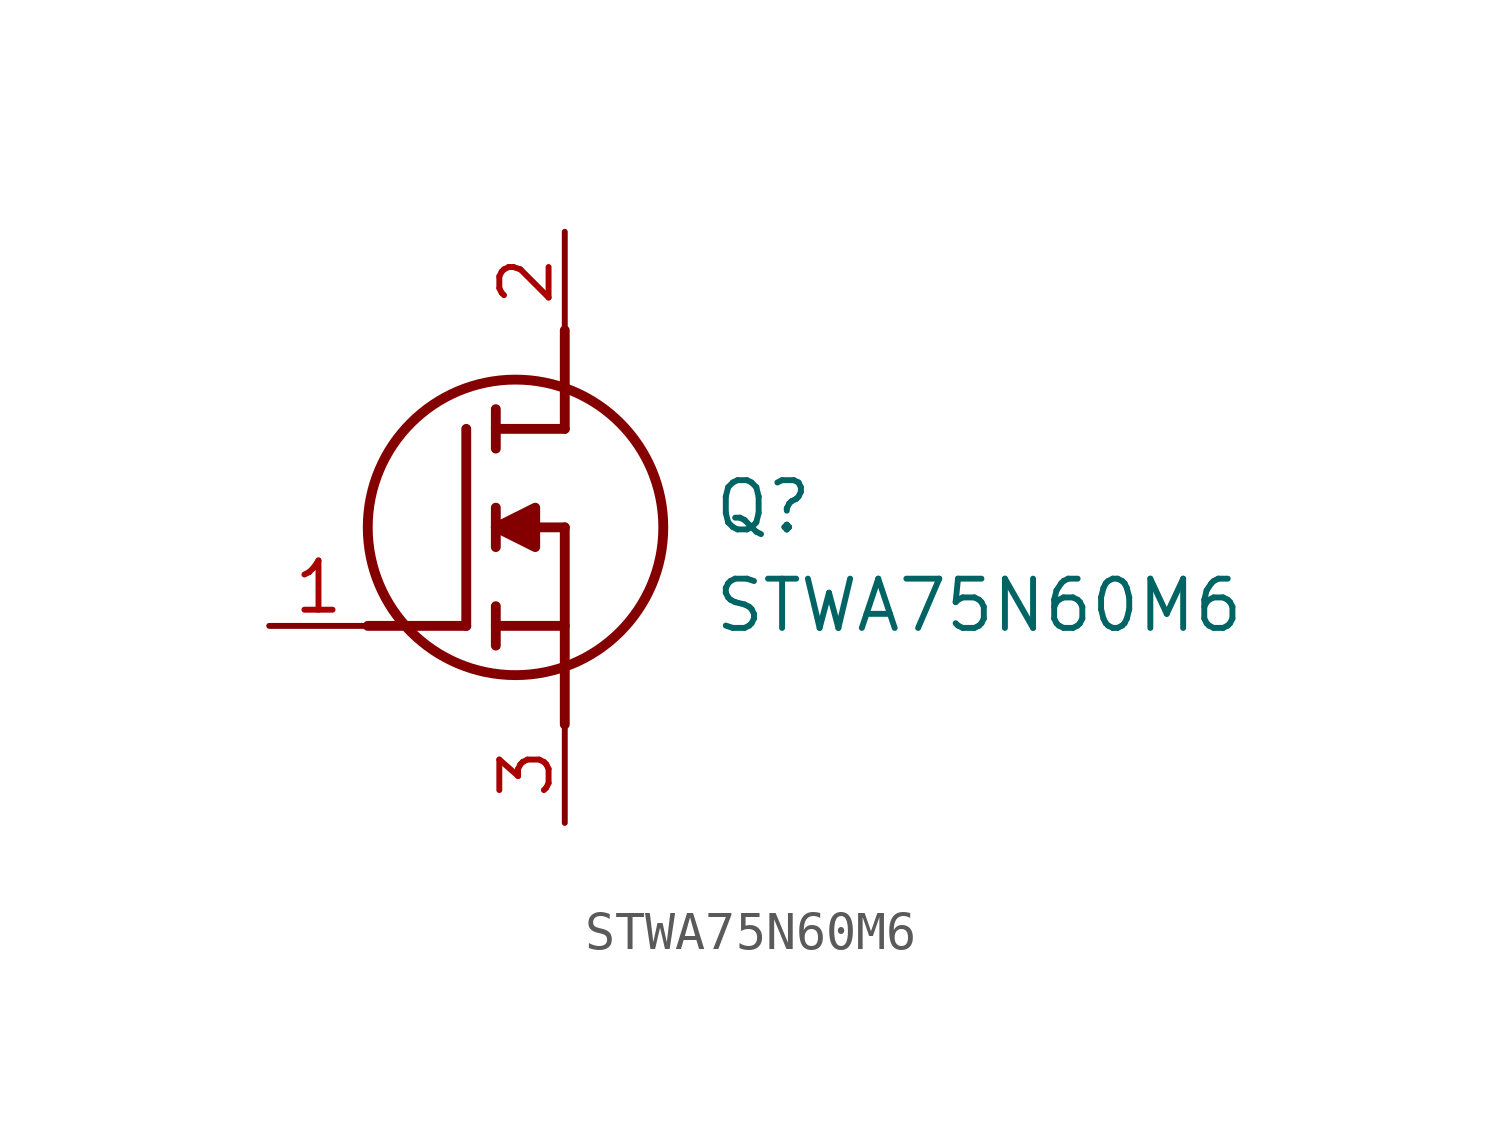
<source format=kicad_sym>
(kicad_symbol_lib
  (version 20211014)
  (generator SamacSys_ECAD_Model)
  (symbol "STWA75N60M6"
    (pin_names hide)
    (property "Reference" "Q"
      (at 11.43 3.81 0)
      (effects (font (size 1.27 1.27)) (justify left top)))
    (property "Value" "STWA75N60M6"
      (at 11.43 1.27 0)
      (effects (font (size 1.27 1.27)) (justify left top)))
    (polyline
      (pts (xy 7.62 2.54) (xy 7.62 -2.54))
      (stroke (width 0.254) (type default))
      (fill (type none)))
    (polyline
      (pts (xy 7.62 5.08) (xy 7.62 7.62))
      (stroke (width 0.254) (type default))
      (fill (type none)))
    (polyline
      (pts (xy 2.54 0) (xy 5.08 0))
      (stroke (width 0.254) (type default))
      (fill (type none)))
    (polyline
      (pts (xy 5.08 5.08) (xy 5.08 0))
      (stroke (width 0.254) (type default))
      (fill (type none)))
    (polyline
      (pts (xy 7.62 2.54) (xy 5.842 2.54))
      (stroke (width 0.254) (type default))
      (fill (type none)))
    (polyline
      (pts (xy 7.62 5.08) (xy 5.842 5.08))
      (stroke (width 0.254) (type default))
      (fill (type none)))
    (polyline
      (pts (xy 5.842 0) (xy 7.62 0))
      (stroke (width 0.254) (type default))
      (fill (type none)))
    (polyline
      (pts (xy 5.842 5.588) (xy 5.842 4.572))
      (stroke (width 0.254) (type default))
      (fill (type none)))
    (polyline
      (pts (xy 5.842 -0.508) (xy 5.842 0.508))
      (stroke (width 0.254) (type default))
      (fill (type none)))
    (polyline
      (pts (xy 5.842 2.032) (xy 5.842 3.048))
      (stroke (width 0.254) (type default))
      (fill (type none)))
    (circle
      (center 6.35 2.54)
      (radius 3.81)
      (stroke (width 0.254) (type default))
      (fill (type none)))
    (polyline
      (pts (xy 5.842 2.54) (xy 6.858 3.048) (xy 6.858 2.032) (xy 5.842 2.54))
      (stroke (width 0.254) (type default))
      (fill (type outline)))
    (pin passive line
      (at 0 0 0)
      (length 2.54)
      (name "G" (effects (font (size 1.27 1.27))))
      (number "1" (effects (font (size 1.27 1.27)))))
    (pin passive line
      (at 7.62 10.16 270)
      (length 2.54)
      (name "D" (effects (font (size 1.27 1.27))))
      (number "2" (effects (font (size 1.27 1.27)))))
    (pin passive line
      (at 7.62 -5.08 90)
      (length 2.54)
      (name "S" (effects (font (size 1.27 1.27))))
      (number "3" (effects (font (size 1.27 1.27)))))))
</source>
